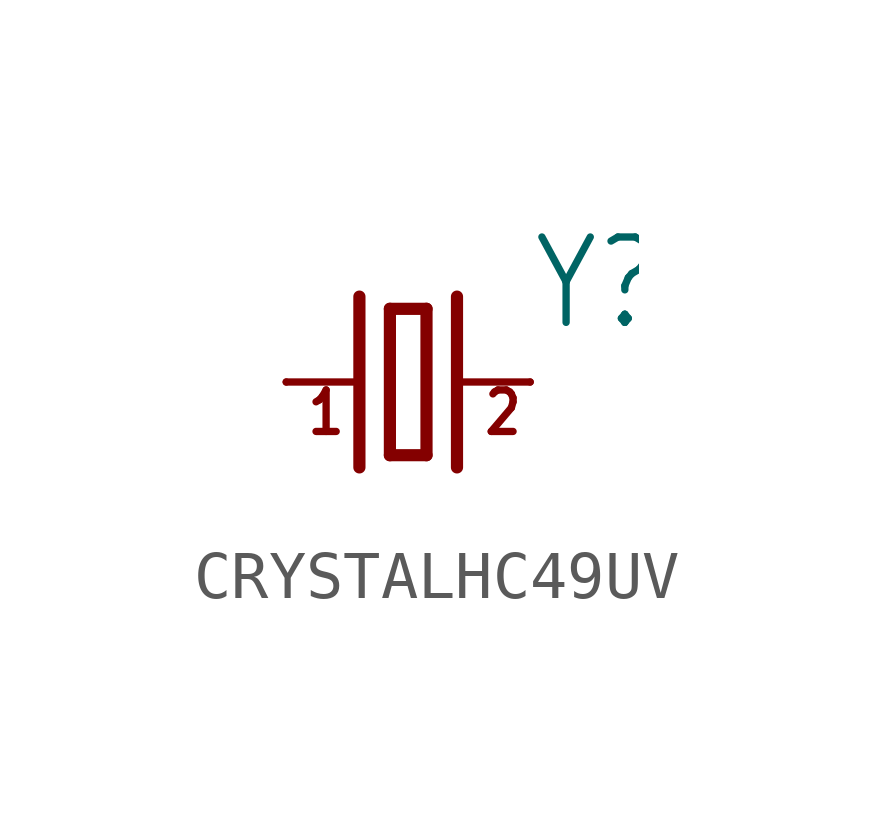
<source format=kicad_sym>
(kicad_symbol_lib
  (version 20241209)
  (generator "kicad_symbol_editor")
  (generator_version "9.0")
  (symbol "CRYSTALHC49UV"
    (property "Reference" "Y"
      (at 2.54 1.016 0)
      (effects (font (size 1.778 1.511)) (justify left bottom)))
    (property "Value" ""
      (at 2.54 -2.54 0)
      (effects (font (size 1.778 1.511)) (justify left bottom)))
    (property "ki_locked" ""
      (at 0 0 0)
      (effects (font (size 1.27 1.27))))
    (symbol "CRYSTALHC49UV_1_0"
      (polyline (pts (xy -2.54 0) (xy -1.016 0)) (stroke (width 0.152) (type solid)) (fill (type none)))
      (polyline (pts (xy -1.016 1.778) (xy -1.016 -1.778)) (stroke (width 0.254) (type solid)) (fill (type none)))
      (polyline (pts (xy -0.381 1.524) (xy -0.381 -1.524)) (stroke (width 0.254) (type solid)) (fill (type none)))
      (polyline (pts (xy -0.381 -1.524) (xy 0.381 -1.524)) (stroke (width 0.254) (type solid)) (fill (type none)))
      (polyline (pts (xy 0.381 1.524) (xy -0.381 1.524)) (stroke (width 0.254) (type solid)) (fill (type none)))
      (polyline (pts (xy 0.381 -1.524) (xy 0.381 1.524)) (stroke (width 0.254) (type solid)) (fill (type none)))
      (polyline (pts (xy 1.016 1.778) (xy 1.016 -1.778)) (stroke (width 0.254) (type solid)) (fill (type none)))
      (polyline (pts (xy 1.016 0) (xy 2.54 0)) (stroke (width 0.152) (type solid)) (fill (type none)))
      (text "1" (at -2.159 -1.143 0) (effects (font (size 0.864 0.734)) (justify left bottom)))
      (text "2" (at 1.524 -1.143 0) (effects (font (size 0.864 0.734)) (justify left bottom)))
      (pin passive line (at -2.54 0 0) (length 0) (name "1" (effects (font (size 0 0)))) (number "1" (effects (font (size 0 0)))))
      (pin passive line (at 2.54 0 180) (length 0) (name "2" (effects (font (size 0 0)))) (number "2" (effects (font (size 0 0))))))))
</source>
